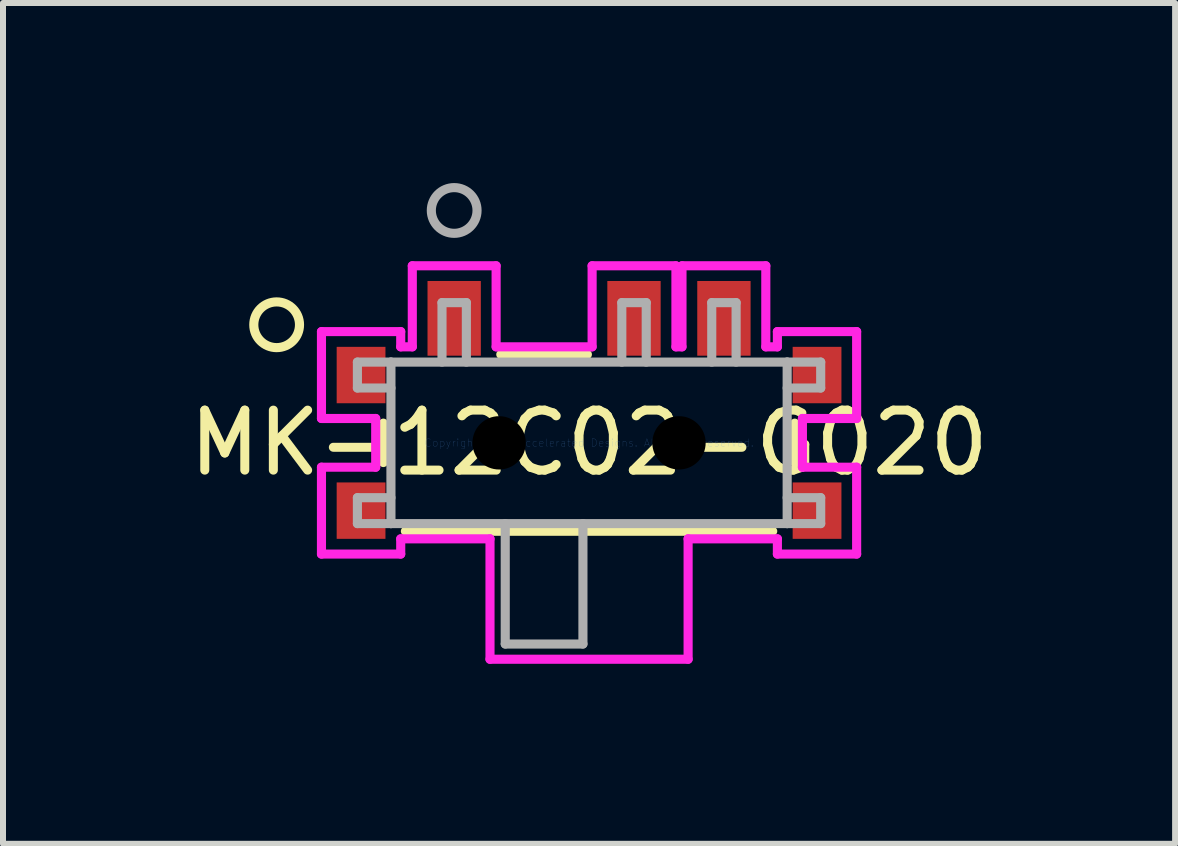
<source format=kicad_pcb>
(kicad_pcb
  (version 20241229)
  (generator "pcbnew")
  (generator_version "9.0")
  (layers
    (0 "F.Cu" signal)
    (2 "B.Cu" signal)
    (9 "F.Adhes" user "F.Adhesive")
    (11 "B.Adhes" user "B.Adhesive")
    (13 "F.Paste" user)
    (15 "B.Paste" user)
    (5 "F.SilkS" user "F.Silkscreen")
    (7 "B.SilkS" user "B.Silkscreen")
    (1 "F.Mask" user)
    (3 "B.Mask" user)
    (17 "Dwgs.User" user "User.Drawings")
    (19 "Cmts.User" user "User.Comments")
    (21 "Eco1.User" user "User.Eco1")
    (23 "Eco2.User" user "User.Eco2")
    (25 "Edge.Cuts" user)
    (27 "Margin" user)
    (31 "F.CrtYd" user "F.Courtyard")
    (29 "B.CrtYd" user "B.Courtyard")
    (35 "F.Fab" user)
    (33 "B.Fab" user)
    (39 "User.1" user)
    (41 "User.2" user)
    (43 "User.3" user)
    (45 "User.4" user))
  (footprint "MK-12C02-G020"
    (layer "F.Cu")
    (at 6.768 4.331)
    (property "Reference" "MK-12C02-G020" (at 0 0 0) (layer "F.SilkS") (effects (font (size 1 1) (thickness 0.15))))
    (attr through_hole)
    (fp_line (start -3.429 -0.328) (end -3.429 0.328) (stroke (width 0.152) (type solid)) (layer "F.SilkS"))
    (fp_line (start -3.061 1.473) (end 3.061 1.473) (stroke (width 0.152) (type solid)) (layer "F.SilkS"))
    (fp_line (start -0.028 -1.473) (end -1.471 -1.473) (stroke (width 0.152) (type solid)) (layer "F.SilkS"))
    (fp_line (start 3.429 0.328) (end 3.429 -0.328) (stroke (width 0.152) (type solid)) (layer "F.SilkS"))
    (fp_circle (center -5.207 -1.968) (end -4.826 -1.968) (stroke (width 0.152) (type solid)) (fill no) (layer "F.SilkS"))
    (fp_line (start -4.46 -1.854) (end -4.46 -0.406) (stroke (width 0.152) (type solid)) (layer "F.CrtYd"))
    (fp_line (start -4.46 -0.406) (end -3.556 -0.406) (stroke (width 0.152) (type solid)) (layer "F.CrtYd"))
    (fp_line (start -4.46 0.406) (end -4.46 1.854) (stroke (width 0.152) (type solid)) (layer "F.CrtYd"))
    (fp_line (start -4.46 1.854) (end -3.139 1.854) (stroke (width 0.152) (type solid)) (layer "F.CrtYd"))
    (fp_line (start -3.556 -0.406) (end -3.556 0.406) (stroke (width 0.152) (type solid)) (layer "F.CrtYd"))
    (fp_line (start -3.556 0.406) (end -4.46 0.406) (stroke (width 0.152) (type solid)) (layer "F.CrtYd"))
    (fp_line (start -3.139 -1.854) (end -4.46 -1.854) (stroke (width 0.152) (type solid)) (layer "F.CrtYd"))
    (fp_line (start -3.139 -1.6) (end -3.139 -1.854) (stroke (width 0.152) (type solid)) (layer "F.CrtYd"))
    (fp_line (start -3.139 1.6) (end -1.651 1.6) (stroke (width 0.152) (type solid)) (layer "F.CrtYd"))
    (fp_line (start -3.139 1.854) (end -3.139 1.6) (stroke (width 0.152) (type solid)) (layer "F.CrtYd"))
    (fp_line (start -2.946 -2.951) (end -2.946 -1.6) (stroke (width 0.152) (type solid)) (layer "F.CrtYd"))
    (fp_line (start -2.946 -1.6) (end -3.139 -1.6) (stroke (width 0.152) (type solid)) (layer "F.CrtYd"))
    (fp_line (start -1.651 1.6) (end -1.651 3.607) (stroke (width 0.152) (type solid)) (layer "F.CrtYd"))
    (fp_line (start -1.651 3.607) (end 1.651 3.607) (stroke (width 0.152) (type solid)) (layer "F.CrtYd"))
    (fp_line (start -1.549 -2.951) (end -2.946 -2.951) (stroke (width 0.152) (type solid)) (layer "F.CrtYd"))
    (fp_line (start -1.549 -1.6) (end -1.549 -2.951) (stroke (width 0.152) (type solid)) (layer "F.CrtYd"))
    (fp_line (start 0.051 -2.951) (end 0.051 -1.6) (stroke (width 0.152) (type solid)) (layer "F.CrtYd"))
    (fp_line (start 0.051 -1.6) (end -1.549 -1.6) (stroke (width 0.152) (type solid)) (layer "F.CrtYd"))
    (fp_line (start 1.448 -2.951) (end 0.051 -2.951) (stroke (width 0.152) (type solid)) (layer "F.CrtYd"))
    (fp_line (start 1.448 -1.6) (end 1.448 -2.951) (stroke (width 0.152) (type solid)) (layer "F.CrtYd"))
    (fp_line (start 1.549 -2.951) (end 1.549 -1.6) (stroke (width 0.152) (type solid)) (layer "F.CrtYd"))
    (fp_line (start 1.549 -1.6) (end 1.448 -1.6) (stroke (width 0.152) (type solid)) (layer "F.CrtYd"))
    (fp_line (start 1.651 1.6) (end 3.139 1.6) (stroke (width 0.152) (type solid)) (layer "F.CrtYd"))
    (fp_line (start 1.651 3.607) (end 1.651 1.6) (stroke (width 0.152) (type solid)) (layer "F.CrtYd"))
    (fp_line (start 2.946 -2.951) (end 1.549 -2.951) (stroke (width 0.152) (type solid)) (layer "F.CrtYd"))
    (fp_line (start 2.946 -1.6) (end 2.946 -2.951) (stroke (width 0.152) (type solid)) (layer "F.CrtYd"))
    (fp_line (start 3.139 -1.854) (end 3.139 -1.6) (stroke (width 0.152) (type solid)) (layer "F.CrtYd"))
    (fp_line (start 3.139 -1.6) (end 2.946 -1.6) (stroke (width 0.152) (type solid)) (layer "F.CrtYd"))
    (fp_line (start 3.139 1.6) (end 3.139 1.854) (stroke (width 0.152) (type solid)) (layer "F.CrtYd"))
    (fp_line (start 3.139 1.854) (end 4.46 1.854) (stroke (width 0.152) (type solid)) (layer "F.CrtYd"))
    (fp_line (start 3.556 -0.406) (end 4.46 -0.406) (stroke (width 0.152) (type solid)) (layer "F.CrtYd"))
    (fp_line (start 3.556 0.406) (end 3.556 -0.406) (stroke (width 0.152) (type solid)) (layer "F.CrtYd"))
    (fp_line (start 4.46 -1.854) (end 3.139 -1.854) (stroke (width 0.152) (type solid)) (layer "F.CrtYd"))
    (fp_line (start 4.46 -0.406) (end 4.46 -1.854) (stroke (width 0.152) (type solid)) (layer "F.CrtYd"))
    (fp_line (start 4.46 0.406) (end 3.556 0.406) (stroke (width 0.152) (type solid)) (layer "F.CrtYd"))
    (fp_line (start 4.46 1.854) (end 4.46 0.406) (stroke (width 0.152) (type solid)) (layer "F.CrtYd"))
    (fp_line (start -3.861 -1.346) (end -3.861 -0.914) (stroke (width 0.152) (type solid)) (layer "F.Fab"))
    (fp_line (start -3.861 0.914) (end -3.302 0.914) (stroke (width 0.152) (type solid)) (layer "F.Fab"))
    (fp_line (start -3.861 1.346) (end -3.861 0.914) (stroke (width 0.152) (type solid)) (layer "F.Fab"))
    (fp_line (start -3.302 -1.346) (end -3.861 -1.346) (stroke (width 0.152) (type solid)) (layer "F.Fab"))
    (fp_line (start -3.302 -1.346) (end -3.302 1.346) (stroke (width 0.152) (type solid)) (layer "F.Fab"))
    (fp_line (start -3.302 -0.914) (end -3.861 -0.914) (stroke (width 0.152) (type solid)) (layer "F.Fab"))
    (fp_line (start -3.302 1.346) (end -3.861 1.346) (stroke (width 0.152) (type solid)) (layer "F.Fab"))
    (fp_line (start -3.302 1.346) (end 3.302 1.346) (stroke (width 0.152) (type solid)) (layer "F.Fab"))
    (fp_line (start -2.451 -2.337) (end -2.045 -2.337) (stroke (width 0.152) (type solid)) (layer "F.Fab"))
    (fp_line (start -2.451 -1.346) (end -2.451 -2.337) (stroke (width 0.152) (type solid)) (layer "F.Fab"))
    (fp_line (start -2.045 -2.337) (end -2.045 -1.346) (stroke (width 0.152) (type solid)) (layer "F.Fab"))
    (fp_line (start -1.397 1.346) (end -1.397 3.353) (stroke (width 0.152) (type solid)) (layer "F.Fab"))
    (fp_line (start -1.397 3.353) (end -0.102 3.353) (stroke (width 0.152) (type solid)) (layer "F.Fab"))
    (fp_line (start -0.102 3.353) (end -0.102 1.346) (stroke (width 0.152) (type solid)) (layer "F.Fab"))
    (fp_line (start 0.546 -2.337) (end 0.953 -2.337) (stroke (width 0.152) (type solid)) (layer "F.Fab"))
    (fp_line (start 0.546 -1.346) (end 0.546 -2.337) (stroke (width 0.152) (type solid)) (layer "F.Fab"))
    (fp_line (start 0.953 -2.337) (end 0.953 -1.346) (stroke (width 0.152) (type solid)) (layer "F.Fab"))
    (fp_line (start 2.045 -2.337) (end 2.451 -2.337) (stroke (width 0.152) (type solid)) (layer "F.Fab"))
    (fp_line (start 2.045 -1.346) (end 2.045 -2.337) (stroke (width 0.152) (type solid)) (layer "F.Fab"))
    (fp_line (start 2.451 -2.337) (end 2.451 -1.346) (stroke (width 0.152) (type solid)) (layer "F.Fab"))
    (fp_line (start 3.302 -1.346) (end -3.302 -1.346) (stroke (width 0.152) (type solid)) (layer "F.Fab"))
    (fp_line (start 3.302 -0.914) (end 3.861 -0.914) (stroke (width 0.152) (type solid)) (layer "F.Fab"))
    (fp_line (start 3.302 1.346) (end 3.302 -1.346) (stroke (width 0.152) (type solid)) (layer "F.Fab"))
    (fp_line (start 3.302 1.346) (end 3.861 1.346) (stroke (width 0.152) (type solid)) (layer "F.Fab"))
    (fp_line (start 3.861 -1.346) (end 3.302 -1.346) (stroke (width 0.152) (type solid)) (layer "F.Fab"))
    (fp_line (start 3.861 -0.914) (end 3.861 -1.346) (stroke (width 0.152) (type solid)) (layer "F.Fab"))
    (fp_line (start 3.861 0.914) (end 3.302 0.914) (stroke (width 0.152) (type solid)) (layer "F.Fab"))
    (fp_line (start 3.861 1.346) (end 3.861 0.914) (stroke (width 0.152) (type solid)) (layer "F.Fab"))
    (fp_circle (center -2.248 -3.873) (end -1.867 -3.873) (stroke (width 0.152) (type solid)) (fill no) (layer "F.Fab"))
    (fp_text user "Copyright 2016 Accelerated Designs. All rights reserved." (at 0 0 0) (layer "Cmts.User") (effects (font (size 0.127 0.127) (thickness 0.002))))
    (pad "" np_thru_hole circle (at -1.499 0) (size 0.889 0.889) (drill 0.889) (layers))
    (pad "" np_thru_hole circle (at 1.499 0) (size 0.889 0.889) (drill 0.889) (layers))
    (pad "1" smd rect (at -2.248 -2.075) (size 0.889 1.245) (layers "F.Cu" "F.Mask" "F.Paste"))
    (pad "2" smd rect (at 0.749 -2.075) (size 0.889 1.245) (layers "F.Cu" "F.Mask" "F.Paste"))
    (pad "3" smd rect (at 2.248 -2.075) (size 0.889 1.245) (layers "F.Cu" "F.Mask" "F.Paste"))
    (pad "6" smd rect (at -3.8 -1.13) (size 0.813 0.94) (layers "F.Cu" "F.Mask" "F.Paste"))
    (pad "7" smd rect (at 3.8 -1.13) (size 0.813 0.94) (layers "F.Cu" "F.Mask" "F.Paste"))
    (pad "8" smd rect (at -3.8 1.13) (size 0.813 0.94) (layers "F.Cu" "F.Mask" "F.Paste"))
    (pad "9" smd rect (at 3.8 1.13) (size 0.813 0.94) (layers "F.Cu" "F.Mask" "F.Paste")))
  (gr_rect
    (start -3 -3)
    (end 16.536 11.014)
    (stroke (width 0.1) (type default))
    (fill no)
    (layer "Edge.Cuts")))
</source>
